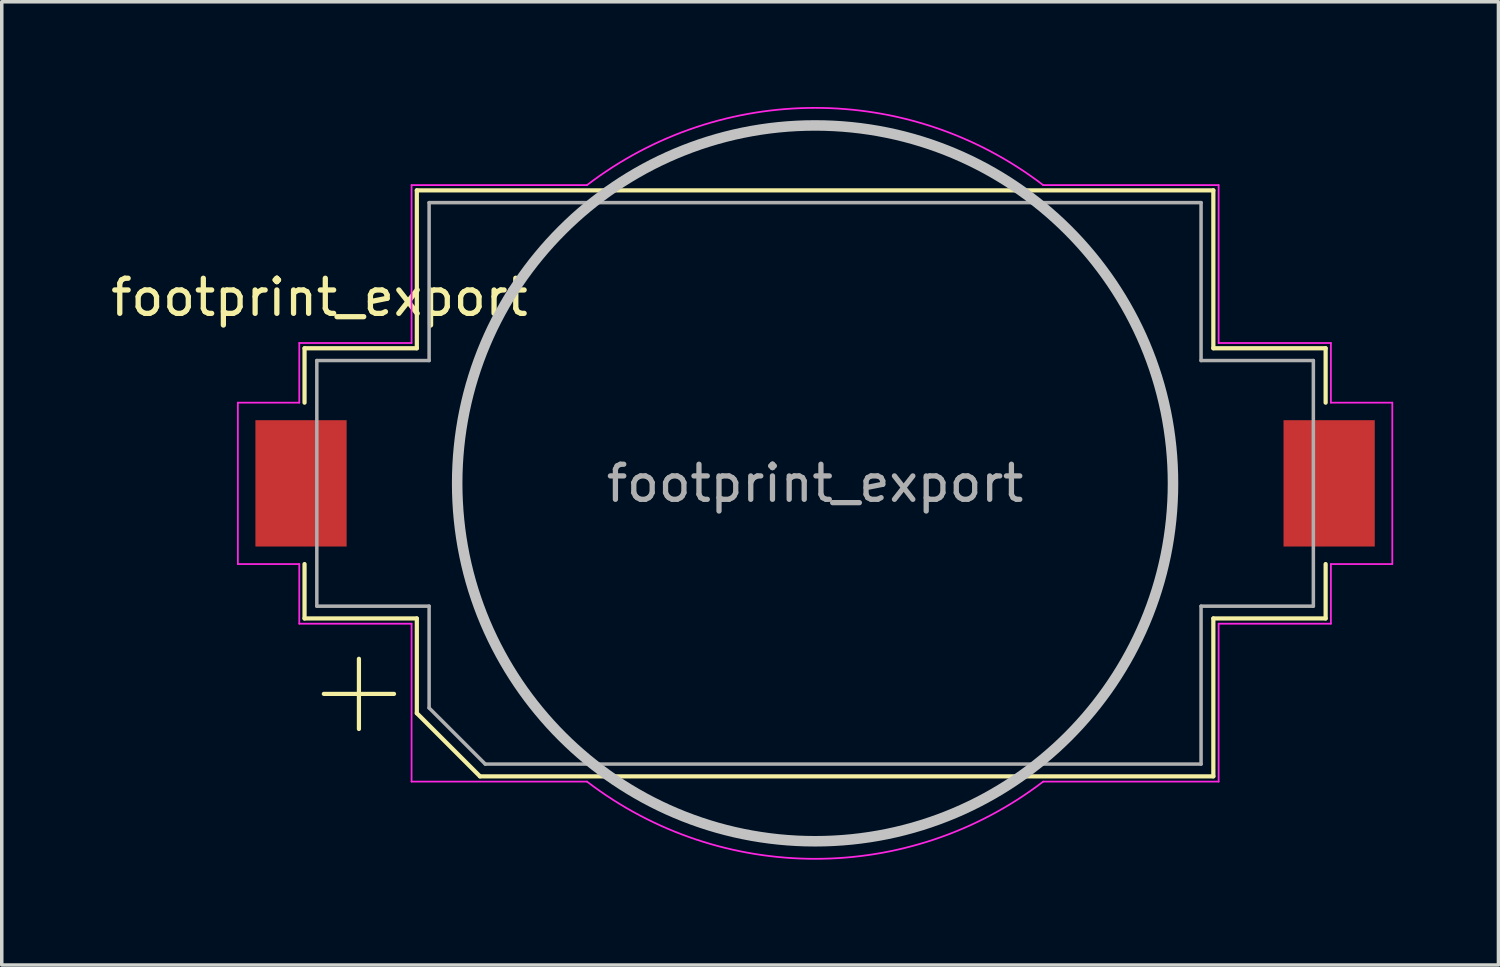
<source format=kicad_pcb>
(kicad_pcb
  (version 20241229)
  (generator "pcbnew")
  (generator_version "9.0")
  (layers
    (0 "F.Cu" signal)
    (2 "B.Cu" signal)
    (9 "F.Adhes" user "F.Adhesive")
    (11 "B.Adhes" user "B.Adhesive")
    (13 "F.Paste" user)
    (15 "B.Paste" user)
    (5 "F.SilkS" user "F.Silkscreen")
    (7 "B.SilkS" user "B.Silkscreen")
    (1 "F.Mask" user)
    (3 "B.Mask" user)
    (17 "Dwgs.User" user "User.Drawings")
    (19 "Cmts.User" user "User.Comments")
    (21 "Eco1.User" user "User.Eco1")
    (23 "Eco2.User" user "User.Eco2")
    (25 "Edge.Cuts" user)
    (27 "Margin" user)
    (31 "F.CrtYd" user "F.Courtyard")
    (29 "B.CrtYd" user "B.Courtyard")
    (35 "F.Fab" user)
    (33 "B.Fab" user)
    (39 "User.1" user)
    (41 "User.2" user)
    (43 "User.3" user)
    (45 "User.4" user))
  (footprint "footprint_export"
    (layer "F.Cu")
    (at 20.179 10.725)
    (property "Reference" "footprint_export" (at -14.125 -5.3 0) (layer "F.SilkS") (effects (font (size 1 1) (thickness 0.15))))
    (attr smd)
    (fp_line (start -14.55 -3.85) (end -14.55 -2.3) (stroke (width 0.12) (type solid)) (layer "F.SilkS"))
    (fp_line (start -14.55 3.85) (end -14.55 2.3) (stroke (width 0.12) (type solid)) (layer "F.SilkS"))
    (fp_line (start -13 5) (end -13 7) (stroke (width 0.12) (type solid)) (layer "F.SilkS"))
    (fp_line (start -12 6) (end -14 6) (stroke (width 0.12) (type solid)) (layer "F.SilkS"))
    (fp_line (start -11.35 -8.35) (end -11.35 -3.85) (stroke (width 0.12) (type solid)) (layer "F.SilkS"))
    (fp_line (start -11.35 -8.35) (end 11.35 -8.35) (stroke (width 0.12) (type solid)) (layer "F.SilkS"))
    (fp_line (start -11.35 -3.85) (end -14.55 -3.85) (stroke (width 0.12) (type solid)) (layer "F.SilkS"))
    (fp_line (start -11.35 3.85) (end -14.55 3.85) (stroke (width 0.12) (type solid)) (layer "F.SilkS"))
    (fp_line (start -11.35 6.55) (end -11.35 3.85) (stroke (width 0.12) (type solid)) (layer "F.SilkS"))
    (fp_line (start -9.55 8.35) (end -11.35 6.55) (stroke (width 0.12) (type solid)) (layer "F.SilkS"))
    (fp_line (start 11.35 -8.35) (end 11.35 -3.85) (stroke (width 0.12) (type solid)) (layer "F.SilkS"))
    (fp_line (start 11.35 -3.85) (end 14.55 -3.85) (stroke (width 0.12) (type solid)) (layer "F.SilkS"))
    (fp_line (start 11.35 3.85) (end 14.55 3.85) (stroke (width 0.12) (type solid)) (layer "F.SilkS"))
    (fp_line (start 11.35 8.35) (end -9.55 8.35) (stroke (width 0.12) (type solid)) (layer "F.SilkS"))
    (fp_line (start 11.35 8.35) (end 11.35 3.85) (stroke (width 0.12) (type solid)) (layer "F.SilkS"))
    (fp_line (start 14.55 -3.85) (end 14.55 -2.3) (stroke (width 0.12) (type solid)) (layer "F.SilkS"))
    (fp_line (start 14.55 3.85) (end 14.55 2.3) (stroke (width 0.12) (type solid)) (layer "F.SilkS"))
    (fp_circle (center 0 0) (end -10.2 0) (stroke (width 0.3) (type solid)) (fill no) (layer "Dwgs.User"))
    (fp_line (start -16.45 2.3) (end -16.45 -2.3) (stroke (width 0.05) (type solid)) (layer "F.CrtYd"))
    (fp_line (start -14.7 -4) (end -11.5 -4) (stroke (width 0.05) (type solid)) (layer "F.CrtYd"))
    (fp_line (start -14.7 -2.3) (end -16.45 -2.3) (stroke (width 0.05) (type solid)) (layer "F.CrtYd"))
    (fp_line (start -14.7 -2.3) (end -14.7 -4) (stroke (width 0.05) (type solid)) (layer "F.CrtYd"))
    (fp_line (start -14.7 2.3) (end -16.45 2.3) (stroke (width 0.05) (type solid)) (layer "F.CrtYd"))
    (fp_line (start -14.7 4) (end -14.7 2.3) (stroke (width 0.05) (type solid)) (layer "F.CrtYd"))
    (fp_line (start -14.7 4) (end -11.5 4) (stroke (width 0.05) (type solid)) (layer "F.CrtYd"))
    (fp_line (start -11.5 -8.5) (end -6.5 -8.5) (stroke (width 0.05) (type solid)) (layer "F.CrtYd"))
    (fp_line (start -11.5 -4) (end -11.5 -8.5) (stroke (width 0.05) (type solid)) (layer "F.CrtYd"))
    (fp_line (start -11.5 4) (end -11.5 8.5) (stroke (width 0.05) (type solid)) (layer "F.CrtYd"))
    (fp_line (start -6.5 8.5) (end -11.5 8.5) (stroke (width 0.05) (type solid)) (layer "F.CrtYd"))
    (fp_line (start 11.5 -8.5) (end 6.5 -8.5) (stroke (width 0.05) (type solid)) (layer "F.CrtYd"))
    (fp_line (start 11.5 -8.5) (end 11.5 -4) (stroke (width 0.05) (type solid)) (layer "F.CrtYd"))
    (fp_line (start 11.5 -4) (end 14.7 -4) (stroke (width 0.05) (type solid)) (layer "F.CrtYd"))
    (fp_line (start 11.5 4) (end 11.5 8.5) (stroke (width 0.05) (type solid)) (layer "F.CrtYd"))
    (fp_line (start 11.5 8.5) (end 6.5 8.5) (stroke (width 0.05) (type solid)) (layer "F.CrtYd"))
    (fp_line (start 14.7 -4) (end 14.7 -2.3) (stroke (width 0.05) (type solid)) (layer "F.CrtYd"))
    (fp_line (start 14.7 -2.3) (end 16.45 -2.3) (stroke (width 0.05) (type solid)) (layer "F.CrtYd"))
    (fp_line (start 14.7 2.3) (end 14.7 4) (stroke (width 0.05) (type solid)) (layer "F.CrtYd"))
    (fp_line (start 14.7 4) (end 11.5 4) (stroke (width 0.05) (type solid)) (layer "F.CrtYd"))
    (fp_line (start 16.45 -2.3) (end 16.45 2.3) (stroke (width 0.05) (type solid)) (layer "F.CrtYd"))
    (fp_line (start 16.45 2.3) (end 14.7 2.3) (stroke (width 0.05) (type solid)) (layer "F.CrtYd"))
    (fp_arc (start -6.499999 -8.5) (mid 0 -10.700467) (end 6.5 -8.5) (stroke (width 0.05) (type solid)) (layer "F.CrtYd"))
    (fp_arc (start 6.499999 8.5) (mid 0 10.700467) (end -6.5 8.5) (stroke (width 0.05) (type solid)) (layer "F.CrtYd"))
    (fp_line (start -14.2 -3.5) (end -11 -3.5) (stroke (width 0.1) (type solid)) (layer "F.Fab"))
    (fp_line (start -14.2 3.5) (end -14.2 -3.5) (stroke (width 0.1) (type solid)) (layer "F.Fab"))
    (fp_line (start -11 -8) (end -11 -3.5) (stroke (width 0.1) (type solid)) (layer "F.Fab"))
    (fp_line (start -11 3.5) (end -14.2 3.5) (stroke (width 0.1) (type solid)) (layer "F.Fab"))
    (fp_line (start -11 6.4) (end -11 3.5) (stroke (width 0.1) (type solid)) (layer "F.Fab"))
    (fp_line (start -9.4 8) (end -11 6.4) (stroke (width 0.1) (type solid)) (layer "F.Fab"))
    (fp_line (start 11 -8) (end -11 -8) (stroke (width 0.1) (type solid)) (layer "F.Fab"))
    (fp_line (start 11 -8) (end 11 -3.5) (stroke (width 0.1) (type solid)) (layer "F.Fab"))
    (fp_line (start 11 3.5) (end 14.2 3.5) (stroke (width 0.1) (type solid)) (layer "F.Fab"))
    (fp_line (start 11 8) (end -9.4 8) (stroke (width 0.1) (type solid)) (layer "F.Fab"))
    (fp_line (start 11 8) (end 11 3.5) (stroke (width 0.1) (type solid)) (layer "F.Fab"))
    (fp_line (start 14.2 -3.5) (end 11 -3.5) (stroke (width 0.1) (type solid)) (layer "F.Fab"))
    (fp_line (start 14.2 3.5) (end 14.2 -3.5) (stroke (width 0.1) (type solid)) (layer "F.Fab"))
    (fp_text user "${REFERENCE}" (at 0 0 0) (layer "F.Fab") (effects (font (size 1 1) (thickness 0.15))))
    (pad "1" smd rect (at -14.65 0 180) (size 2.6 3.6) (layers "F.Cu" "F.Mask" "F.Paste"))
    (pad "2" smd rect (at 14.65 0 180) (size 2.6 3.6) (layers "F.Cu" "F.Mask" "F.Paste")))
  (gr_rect
    (start -3 -3)
    (end 39.654 24.451)
    (stroke (width 0.1) (type default))
    (fill no)
    (layer "Edge.Cuts")))
</source>
